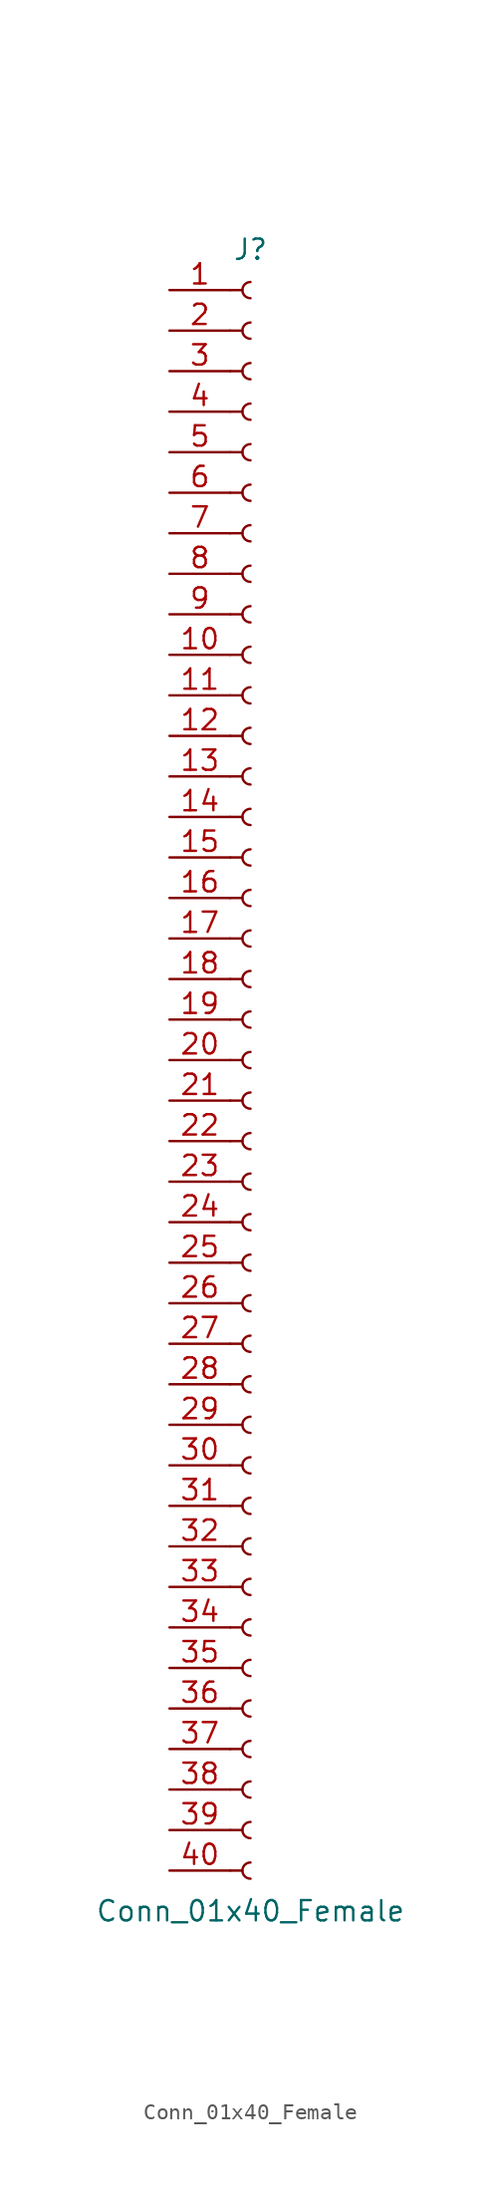
<source format=kicad_sym>
(kicad_symbol_lib
  (version 20211014)
  (generator kicad_symbol_editor)
  (symbol "Conn_01x40_Female"
    (pin_names
      (offset 1.016) hide)
    (property "Reference" "J"
      (at 0 50.8 0)
      (effects (font (size 1.27 1.27))))
    (property "Value" "Conn_01x40_Female"
      (at 0 -53.34 0)
      (effects (font (size 1.27 1.27))))
    (symbol "Conn_01x40_Female_1_1"
      (arc (start 0 -50.292) (mid -0.508 -50.8) (end 0 -51.308) (stroke (width 0.1524) (type default) (color 0 0 0 0)) (fill (type none)))
      (arc (start 0 -47.752) (mid -0.508 -48.26) (end 0 -48.768) (stroke (width 0.1524) (type default) (color 0 0 0 0)) (fill (type none)))
      (arc (start 0 -45.212) (mid -0.508 -45.72) (end 0 -46.228) (stroke (width 0.1524) (type default) (color 0 0 0 0)) (fill (type none)))
      (arc (start 0 -42.672) (mid -0.508 -43.18) (end 0 -43.688) (stroke (width 0.1524) (type default) (color 0 0 0 0)) (fill (type none)))
      (arc (start 0 -40.132) (mid -0.508 -40.64) (end 0 -41.148) (stroke (width 0.1524) (type default) (color 0 0 0 0)) (fill (type none)))
      (arc (start 0 -37.592) (mid -0.508 -38.1) (end 0 -38.608) (stroke (width 0.1524) (type default) (color 0 0 0 0)) (fill (type none)))
      (arc (start 0 -35.052) (mid -0.508 -35.56) (end 0 -36.068) (stroke (width 0.1524) (type default) (color 0 0 0 0)) (fill (type none)))
      (arc (start 0 -32.512) (mid -0.508 -33.02) (end 0 -33.528) (stroke (width 0.1524) (type default) (color 0 0 0 0)) (fill (type none)))
      (arc (start 0 -29.972) (mid -0.508 -30.48) (end 0 -30.988) (stroke (width 0.1524) (type default) (color 0 0 0 0)) (fill (type none)))
      (arc (start 0 -27.432) (mid -0.508 -27.94) (end 0 -28.448) (stroke (width 0.1524) (type default) (color 0 0 0 0)) (fill (type none)))
      (arc (start 0 -24.892) (mid -0.508 -25.4) (end 0 -25.908) (stroke (width 0.1524) (type default) (color 0 0 0 0)) (fill (type none)))
      (arc (start 0 -22.352) (mid -0.508 -22.86) (end 0 -23.368) (stroke (width 0.1524) (type default) (color 0 0 0 0)) (fill (type none)))
      (arc (start 0 -19.812) (mid -0.508 -20.32) (end 0 -20.828) (stroke (width 0.1524) (type default) (color 0 0 0 0)) (fill (type none)))
      (arc (start 0 -17.272) (mid -0.508 -17.78) (end 0 -18.288) (stroke (width 0.1524) (type default) (color 0 0 0 0)) (fill (type none)))
      (arc (start 0 -14.732) (mid -0.508 -15.24) (end 0 -15.748) (stroke (width 0.1524) (type default) (color 0 0 0 0)) (fill (type none)))
      (arc (start 0 -12.192) (mid -0.508 -12.7) (end 0 -13.208) (stroke (width 0.1524) (type default) (color 0 0 0 0)) (fill (type none)))
      (arc (start 0 -9.652) (mid -0.508 -10.16) (end 0 -10.668) (stroke (width 0.1524) (type default) (color 0 0 0 0)) (fill (type none)))
      (arc (start 0 -7.112) (mid -0.508 -7.62) (end 0 -8.128) (stroke (width 0.1524) (type default) (color 0 0 0 0)) (fill (type none)))
      (arc (start 0 -4.572) (mid -0.508 -5.08) (end 0 -5.588) (stroke (width 0.1524) (type default) (color 0 0 0 0)) (fill (type none)))
      (arc (start 0 -2.032) (mid -0.508 -2.54) (end 0 -3.048) (stroke (width 0.1524) (type default) (color 0 0 0 0)) (fill (type none)))
      (polyline (pts (xy -1.27 -50.8) (xy -0.508 -50.8)) (stroke (width 0.152) (type default) (color 0 0 0 0)) (fill (type none)))
      (polyline (pts (xy -1.27 -48.26) (xy -0.508 -48.26)) (stroke (width 0.152) (type default) (color 0 0 0 0)) (fill (type none)))
      (polyline (pts (xy -1.27 -45.72) (xy -0.508 -45.72)) (stroke (width 0.152) (type default) (color 0 0 0 0)) (fill (type none)))
      (polyline (pts (xy -1.27 -43.18) (xy -0.508 -43.18)) (stroke (width 0.152) (type default) (color 0 0 0 0)) (fill (type none)))
      (polyline (pts (xy -1.27 -40.64) (xy -0.508 -40.64)) (stroke (width 0.152) (type default) (color 0 0 0 0)) (fill (type none)))
      (polyline (pts (xy -1.27 -38.1) (xy -0.508 -38.1)) (stroke (width 0.152) (type default) (color 0 0 0 0)) (fill (type none)))
      (polyline (pts (xy -1.27 -35.56) (xy -0.508 -35.56)) (stroke (width 0.152) (type default) (color 0 0 0 0)) (fill (type none)))
      (polyline (pts (xy -1.27 -33.02) (xy -0.508 -33.02)) (stroke (width 0.152) (type default) (color 0 0 0 0)) (fill (type none)))
      (polyline (pts (xy -1.27 -30.48) (xy -0.508 -30.48)) (stroke (width 0.152) (type default) (color 0 0 0 0)) (fill (type none)))
      (polyline (pts (xy -1.27 -27.94) (xy -0.508 -27.94)) (stroke (width 0.152) (type default) (color 0 0 0 0)) (fill (type none)))
      (polyline (pts (xy -1.27 -25.4) (xy -0.508 -25.4)) (stroke (width 0.152) (type default) (color 0 0 0 0)) (fill (type none)))
      (polyline (pts (xy -1.27 -22.86) (xy -0.508 -22.86)) (stroke (width 0.152) (type default) (color 0 0 0 0)) (fill (type none)))
      (polyline (pts (xy -1.27 -20.32) (xy -0.508 -20.32)) (stroke (width 0.152) (type default) (color 0 0 0 0)) (fill (type none)))
      (polyline (pts (xy -1.27 -17.78) (xy -0.508 -17.78)) (stroke (width 0.152) (type default) (color 0 0 0 0)) (fill (type none)))
      (polyline (pts (xy -1.27 -15.24) (xy -0.508 -15.24)) (stroke (width 0.152) (type default) (color 0 0 0 0)) (fill (type none)))
      (polyline (pts (xy -1.27 -12.7) (xy -0.508 -12.7)) (stroke (width 0.152) (type default) (color 0 0 0 0)) (fill (type none)))
      (polyline (pts (xy -1.27 -10.16) (xy -0.508 -10.16)) (stroke (width 0.152) (type default) (color 0 0 0 0)) (fill (type none)))
      (polyline (pts (xy -1.27 -7.62) (xy -0.508 -7.62)) (stroke (width 0.152) (type default) (color 0 0 0 0)) (fill (type none)))
      (polyline (pts (xy -1.27 -5.08) (xy -0.508 -5.08)) (stroke (width 0.152) (type default) (color 0 0 0 0)) (fill (type none)))
      (polyline (pts (xy -1.27 -2.54) (xy -0.508 -2.54)) (stroke (width 0.152) (type default) (color 0 0 0 0)) (fill (type none)))
      (polyline (pts (xy -1.27 0) (xy -0.508 0)) (stroke (width 0.152) (type default) (color 0 0 0 0)) (fill (type none)))
      (polyline (pts (xy -1.27 2.54) (xy -0.508 2.54)) (stroke (width 0.152) (type default) (color 0 0 0 0)) (fill (type none)))
      (polyline (pts (xy -1.27 5.08) (xy -0.508 5.08)) (stroke (width 0.152) (type default) (color 0 0 0 0)) (fill (type none)))
      (polyline (pts (xy -1.27 7.62) (xy -0.508 7.62)) (stroke (width 0.152) (type default) (color 0 0 0 0)) (fill (type none)))
      (polyline (pts (xy -1.27 10.16) (xy -0.508 10.16)) (stroke (width 0.152) (type default) (color 0 0 0 0)) (fill (type none)))
      (polyline (pts (xy -1.27 12.7) (xy -0.508 12.7)) (stroke (width 0.152) (type default) (color 0 0 0 0)) (fill (type none)))
      (polyline (pts (xy -1.27 15.24) (xy -0.508 15.24)) (stroke (width 0.152) (type default) (color 0 0 0 0)) (fill (type none)))
      (polyline (pts (xy -1.27 17.78) (xy -0.508 17.78)) (stroke (width 0.152) (type default) (color 0 0 0 0)) (fill (type none)))
      (polyline (pts (xy -1.27 20.32) (xy -0.508 20.32)) (stroke (width 0.152) (type default) (color 0 0 0 0)) (fill (type none)))
      (polyline (pts (xy -1.27 22.86) (xy -0.508 22.86)) (stroke (width 0.152) (type default) (color 0 0 0 0)) (fill (type none)))
      (polyline (pts (xy -1.27 25.4) (xy -0.508 25.4)) (stroke (width 0.152) (type default) (color 0 0 0 0)) (fill (type none)))
      (polyline (pts (xy -1.27 27.94) (xy -0.508 27.94)) (stroke (width 0.152) (type default) (color 0 0 0 0)) (fill (type none)))
      (polyline (pts (xy -1.27 30.48) (xy -0.508 30.48)) (stroke (width 0.152) (type default) (color 0 0 0 0)) (fill (type none)))
      (polyline (pts (xy -1.27 33.02) (xy -0.508 33.02)) (stroke (width 0.152) (type default) (color 0 0 0 0)) (fill (type none)))
      (polyline (pts (xy -1.27 35.56) (xy -0.508 35.56)) (stroke (width 0.152) (type default) (color 0 0 0 0)) (fill (type none)))
      (polyline (pts (xy -1.27 38.1) (xy -0.508 38.1)) (stroke (width 0.152) (type default) (color 0 0 0 0)) (fill (type none)))
      (polyline (pts (xy -1.27 40.64) (xy -0.508 40.64)) (stroke (width 0.152) (type default) (color 0 0 0 0)) (fill (type none)))
      (polyline (pts (xy -1.27 43.18) (xy -0.508 43.18)) (stroke (width 0.152) (type default) (color 0 0 0 0)) (fill (type none)))
      (polyline (pts (xy -1.27 45.72) (xy -0.508 45.72)) (stroke (width 0.152) (type default) (color 0 0 0 0)) (fill (type none)))
      (polyline (pts (xy -1.27 48.26) (xy -0.508 48.26)) (stroke (width 0.152) (type default) (color 0 0 0 0)) (fill (type none)))
      (arc (start 0 0.508) (mid -0.508 0) (end 0 -0.508) (stroke (width 0.1524) (type default) (color 0 0 0 0)) (fill (type none)))
      (arc (start 0 3.048) (mid -0.508 2.54) (end 0 2.032) (stroke (width 0.1524) (type default) (color 0 0 0 0)) (fill (type none)))
      (arc (start 0 5.588) (mid -0.508 5.08) (end 0 4.572) (stroke (width 0.1524) (type default) (color 0 0 0 0)) (fill (type none)))
      (arc (start 0 8.128) (mid -0.508 7.62) (end 0 7.112) (stroke (width 0.1524) (type default) (color 0 0 0 0)) (fill (type none)))
      (arc (start 0 10.668) (mid -0.508 10.16) (end 0 9.652) (stroke (width 0.1524) (type default) (color 0 0 0 0)) (fill (type none)))
      (arc (start 0 13.208) (mid -0.508 12.7) (end 0 12.192) (stroke (width 0.1524) (type default) (color 0 0 0 0)) (fill (type none)))
      (arc (start 0 15.748) (mid -0.508 15.24) (end 0 14.732) (stroke (width 0.1524) (type default) (color 0 0 0 0)) (fill (type none)))
      (arc (start 0 18.288) (mid -0.508 17.78) (end 0 17.272) (stroke (width 0.1524) (type default) (color 0 0 0 0)) (fill (type none)))
      (arc (start 0 20.828) (mid -0.508 20.32) (end 0 19.812) (stroke (width 0.1524) (type default) (color 0 0 0 0)) (fill (type none)))
      (arc (start 0 23.368) (mid -0.508 22.86) (end 0 22.352) (stroke (width 0.1524) (type default) (color 0 0 0 0)) (fill (type none)))
      (arc (start 0 25.908) (mid -0.508 25.4) (end 0 24.892) (stroke (width 0.1524) (type default) (color 0 0 0 0)) (fill (type none)))
      (arc (start 0 28.448) (mid -0.508 27.94) (end 0 27.432) (stroke (width 0.1524) (type default) (color 0 0 0 0)) (fill (type none)))
      (arc (start 0 30.988) (mid -0.508 30.48) (end 0 29.972) (stroke (width 0.1524) (type default) (color 0 0 0 0)) (fill (type none)))
      (arc (start 0 33.528) (mid -0.508 33.02) (end 0 32.512) (stroke (width 0.1524) (type default) (color 0 0 0 0)) (fill (type none)))
      (arc (start 0 36.068) (mid -0.508 35.56) (end 0 35.052) (stroke (width 0.1524) (type default) (color 0 0 0 0)) (fill (type none)))
      (arc (start 0 38.608) (mid -0.508 38.1) (end 0 37.592) (stroke (width 0.1524) (type default) (color 0 0 0 0)) (fill (type none)))
      (arc (start 0 41.148) (mid -0.508 40.64) (end 0 40.132) (stroke (width 0.1524) (type default) (color 0 0 0 0)) (fill (type none)))
      (arc (start 0 43.688) (mid -0.508 43.18) (end 0 42.672) (stroke (width 0.1524) (type default) (color 0 0 0 0)) (fill (type none)))
      (arc (start 0 46.228) (mid -0.508 45.72) (end 0 45.212) (stroke (width 0.1524) (type default) (color 0 0 0 0)) (fill (type none)))
      (arc (start 0 48.768) (mid -0.508 48.26) (end 0 47.752) (stroke (width 0.1524) (type default) (color 0 0 0 0)) (fill (type none)))
      (pin passive line (at -5.08 48.26 0) (length 3.81) (name "Pin_1" (effects (font (size 1.27 1.27)))) (number "1" (effects (font (size 1.27 1.27)))))
      (pin passive line (at -5.08 25.4 0) (length 3.81) (name "Pin_10" (effects (font (size 1.27 1.27)))) (number "10" (effects (font (size 1.27 1.27)))))
      (pin passive line (at -5.08 22.86 0) (length 3.81) (name "Pin_11" (effects (font (size 1.27 1.27)))) (number "11" (effects (font (size 1.27 1.27)))))
      (pin passive line (at -5.08 20.32 0) (length 3.81) (name "Pin_12" (effects (font (size 1.27 1.27)))) (number "12" (effects (font (size 1.27 1.27)))))
      (pin passive line (at -5.08 17.78 0) (length 3.81) (name "Pin_13" (effects (font (size 1.27 1.27)))) (number "13" (effects (font (size 1.27 1.27)))))
      (pin passive line (at -5.08 15.24 0) (length 3.81) (name "Pin_14" (effects (font (size 1.27 1.27)))) (number "14" (effects (font (size 1.27 1.27)))))
      (pin passive line (at -5.08 12.7 0) (length 3.81) (name "Pin_15" (effects (font (size 1.27 1.27)))) (number "15" (effects (font (size 1.27 1.27)))))
      (pin passive line (at -5.08 10.16 0) (length 3.81) (name "Pin_16" (effects (font (size 1.27 1.27)))) (number "16" (effects (font (size 1.27 1.27)))))
      (pin passive line (at -5.08 7.62 0) (length 3.81) (name "Pin_17" (effects (font (size 1.27 1.27)))) (number "17" (effects (font (size 1.27 1.27)))))
      (pin passive line (at -5.08 5.08 0) (length 3.81) (name "Pin_18" (effects (font (size 1.27 1.27)))) (number "18" (effects (font (size 1.27 1.27)))))
      (pin passive line (at -5.08 2.54 0) (length 3.81) (name "Pin_19" (effects (font (size 1.27 1.27)))) (number "19" (effects (font (size 1.27 1.27)))))
      (pin passive line (at -5.08 45.72 0) (length 3.81) (name "Pin_2" (effects (font (size 1.27 1.27)))) (number "2" (effects (font (size 1.27 1.27)))))
      (pin passive line (at -5.08 0 0) (length 3.81) (name "Pin_20" (effects (font (size 1.27 1.27)))) (number "20" (effects (font (size 1.27 1.27)))))
      (pin passive line (at -5.08 -2.54 0) (length 3.81) (name "Pin_21" (effects (font (size 1.27 1.27)))) (number "21" (effects (font (size 1.27 1.27)))))
      (pin passive line (at -5.08 -5.08 0) (length 3.81) (name "Pin_22" (effects (font (size 1.27 1.27)))) (number "22" (effects (font (size 1.27 1.27)))))
      (pin passive line (at -5.08 -7.62 0) (length 3.81) (name "Pin_23" (effects (font (size 1.27 1.27)))) (number "23" (effects (font (size 1.27 1.27)))))
      (pin passive line (at -5.08 -10.16 0) (length 3.81) (name "Pin_24" (effects (font (size 1.27 1.27)))) (number "24" (effects (font (size 1.27 1.27)))))
      (pin passive line (at -5.08 -12.7 0) (length 3.81) (name "Pin_25" (effects (font (size 1.27 1.27)))) (number "25" (effects (font (size 1.27 1.27)))))
      (pin passive line (at -5.08 -15.24 0) (length 3.81) (name "Pin_26" (effects (font (size 1.27 1.27)))) (number "26" (effects (font (size 1.27 1.27)))))
      (pin passive line (at -5.08 -17.78 0) (length 3.81) (name "Pin_27" (effects (font (size 1.27 1.27)))) (number "27" (effects (font (size 1.27 1.27)))))
      (pin passive line (at -5.08 -20.32 0) (length 3.81) (name "Pin_28" (effects (font (size 1.27 1.27)))) (number "28" (effects (font (size 1.27 1.27)))))
      (pin passive line (at -5.08 -22.86 0) (length 3.81) (name "Pin_29" (effects (font (size 1.27 1.27)))) (number "29" (effects (font (size 1.27 1.27)))))
      (pin passive line (at -5.08 43.18 0) (length 3.81) (name "Pin_3" (effects (font (size 1.27 1.27)))) (number "3" (effects (font (size 1.27 1.27)))))
      (pin passive line (at -5.08 -25.4 0) (length 3.81) (name "Pin_30" (effects (font (size 1.27 1.27)))) (number "30" (effects (font (size 1.27 1.27)))))
      (pin passive line (at -5.08 -27.94 0) (length 3.81) (name "Pin_31" (effects (font (size 1.27 1.27)))) (number "31" (effects (font (size 1.27 1.27)))))
      (pin passive line (at -5.08 -30.48 0) (length 3.81) (name "Pin_32" (effects (font (size 1.27 1.27)))) (number "32" (effects (font (size 1.27 1.27)))))
      (pin passive line (at -5.08 -33.02 0) (length 3.81) (name "Pin_33" (effects (font (size 1.27 1.27)))) (number "33" (effects (font (size 1.27 1.27)))))
      (pin passive line (at -5.08 -35.56 0) (length 3.81) (name "Pin_34" (effects (font (size 1.27 1.27)))) (number "34" (effects (font (size 1.27 1.27)))))
      (pin passive line (at -5.08 -38.1 0) (length 3.81) (name "Pin_35" (effects (font (size 1.27 1.27)))) (number "35" (effects (font (size 1.27 1.27)))))
      (pin passive line (at -5.08 -40.64 0) (length 3.81) (name "Pin_36" (effects (font (size 1.27 1.27)))) (number "36" (effects (font (size 1.27 1.27)))))
      (pin passive line (at -5.08 -43.18 0) (length 3.81) (name "Pin_37" (effects (font (size 1.27 1.27)))) (number "37" (effects (font (size 1.27 1.27)))))
      (pin passive line (at -5.08 -45.72 0) (length 3.81) (name "Pin_38" (effects (font (size 1.27 1.27)))) (number "38" (effects (font (size 1.27 1.27)))))
      (pin passive line (at -5.08 -48.26 0) (length 3.81) (name "Pin_39" (effects (font (size 1.27 1.27)))) (number "39" (effects (font (size 1.27 1.27)))))
      (pin passive line (at -5.08 40.64 0) (length 3.81) (name "Pin_4" (effects (font (size 1.27 1.27)))) (number "4" (effects (font (size 1.27 1.27)))))
      (pin passive line (at -5.08 -50.8 0) (length 3.81) (name "Pin_40" (effects (font (size 1.27 1.27)))) (number "40" (effects (font (size 1.27 1.27)))))
      (pin passive line (at -5.08 38.1 0) (length 3.81) (name "Pin_5" (effects (font (size 1.27 1.27)))) (number "5" (effects (font (size 1.27 1.27)))))
      (pin passive line (at -5.08 35.56 0) (length 3.81) (name "Pin_6" (effects (font (size 1.27 1.27)))) (number "6" (effects (font (size 1.27 1.27)))))
      (pin passive line (at -5.08 33.02 0) (length 3.81) (name "Pin_7" (effects (font (size 1.27 1.27)))) (number "7" (effects (font (size 1.27 1.27)))))
      (pin passive line (at -5.08 30.48 0) (length 3.81) (name "Pin_8" (effects (font (size 1.27 1.27)))) (number "8" (effects (font (size 1.27 1.27)))))
      (pin passive line (at -5.08 27.94 0) (length 3.81) (name "Pin_9" (effects (font (size 1.27 1.27)))) (number "9" (effects (font (size 1.27 1.27))))))))
</source>
